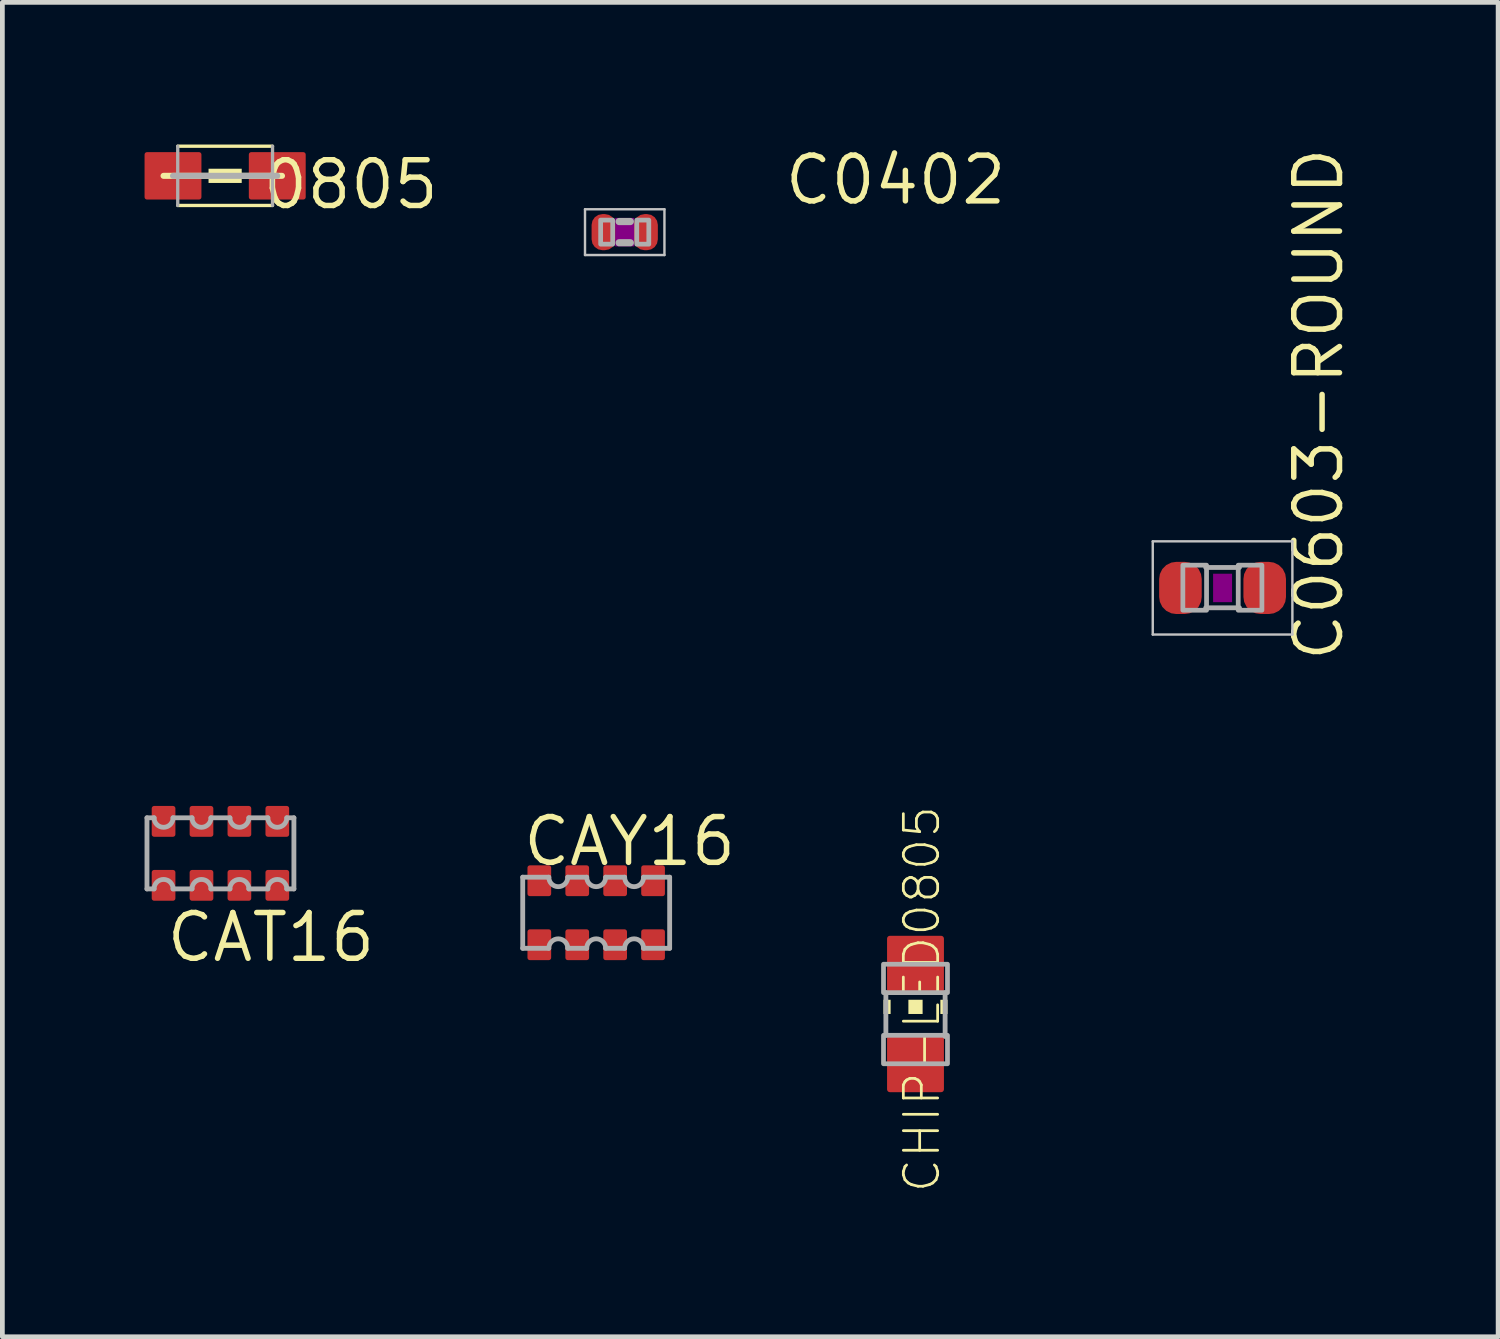
<source format=kicad_pcb>
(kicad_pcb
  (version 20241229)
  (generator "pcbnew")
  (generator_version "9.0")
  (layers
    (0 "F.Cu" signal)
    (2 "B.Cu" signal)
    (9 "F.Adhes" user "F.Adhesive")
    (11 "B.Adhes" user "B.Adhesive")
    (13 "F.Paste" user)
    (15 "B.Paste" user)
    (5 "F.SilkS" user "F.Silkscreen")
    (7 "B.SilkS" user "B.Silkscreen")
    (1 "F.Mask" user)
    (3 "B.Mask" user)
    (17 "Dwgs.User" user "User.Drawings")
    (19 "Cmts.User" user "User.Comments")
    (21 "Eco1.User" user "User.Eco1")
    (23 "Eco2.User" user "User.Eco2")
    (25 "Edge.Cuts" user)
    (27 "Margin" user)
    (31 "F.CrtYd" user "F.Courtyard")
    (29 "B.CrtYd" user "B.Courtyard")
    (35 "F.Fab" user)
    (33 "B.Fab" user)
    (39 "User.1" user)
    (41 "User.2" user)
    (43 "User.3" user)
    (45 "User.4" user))
  (footprint "CAT16"
    (layer "F.Cu")
    (at 1.601 14.955)
    (property "Reference" "CAT16" (at -1.194 2.337 0) (layer "F.SilkS") (effects (font (size 0.965 0.965) (thickness 0.116)) (justify left bottom)))
    (attr through_hole)
    (fp_line (start -1.55 -0.75) (end -1.4 -0.75) (stroke (width 0.102) (type solid)) (layer "F.Fab"))
    (fp_line (start -1.55 0.75) (end -1.55 -0.75) (stroke (width 0.102) (type solid)) (layer "F.Fab"))
    (fp_line (start -1.4 0.75) (end -1.55 0.75) (stroke (width 0.102) (type solid)) (layer "F.Fab"))
    (fp_line (start -1 -0.75) (end -0.6 -0.75) (stroke (width 0.102) (type solid)) (layer "F.Fab"))
    (fp_line (start -0.6 0.75) (end -1 0.75) (stroke (width 0.102) (type solid)) (layer "F.Fab"))
    (fp_line (start -0.2 -0.75) (end 0.2 -0.75) (stroke (width 0.102) (type solid)) (layer "F.Fab"))
    (fp_line (start 0.2 0.75) (end -0.2 0.75) (stroke (width 0.102) (type solid)) (layer "F.Fab"))
    (fp_line (start 0.6 -0.75) (end 1 -0.75) (stroke (width 0.102) (type solid)) (layer "F.Fab"))
    (fp_line (start 1 0.75) (end 0.6 0.75) (stroke (width 0.102) (type solid)) (layer "F.Fab"))
    (fp_line (start 1.4 -0.75) (end 1.55 -0.75) (stroke (width 0.102) (type solid)) (layer "F.Fab"))
    (fp_line (start 1.55 -0.75) (end 1.55 0.75) (stroke (width 0.102) (type solid)) (layer "F.Fab"))
    (fp_line (start 1.55 0.75) (end 1.4 0.75) (stroke (width 0.102) (type solid)) (layer "F.Fab"))
    (fp_arc (start -1.4 0.75) (mid -1.2 0.55) (end -1 0.75) (stroke (width 0.1016) (type solid)) (layer "F.Fab"))
    (fp_arc (start -1 -0.75) (mid -1.2 -0.55) (end -1.4 -0.75) (stroke (width 0.1016) (type solid)) (layer "F.Fab"))
    (fp_arc (start -0.6 0.75) (mid -0.4 0.55) (end -0.2 0.75) (stroke (width 0.1016) (type solid)) (layer "F.Fab"))
    (fp_arc (start -0.2 -0.75) (mid -0.4 -0.55) (end -0.6 -0.75) (stroke (width 0.1016) (type solid)) (layer "F.Fab"))
    (fp_arc (start 0.2 0.75) (mid 0.4 0.55) (end 0.6 0.75) (stroke (width 0.1016) (type solid)) (layer "F.Fab"))
    (fp_arc (start 0.6 -0.75) (mid 0.4 -0.55) (end 0.2 -0.75) (stroke (width 0.1016) (type solid)) (layer "F.Fab"))
    (fp_arc (start 1 0.75) (mid 1.2 0.55) (end 1.4 0.75) (stroke (width 0.1016) (type solid)) (layer "F.Fab"))
    (fp_arc (start 1.4 -0.75) (mid 1.2 -0.55) (end 1 -0.75) (stroke (width 0.1016) (type solid)) (layer "F.Fab"))
    (pad "1" smd roundrect (at -1.2 0.675) (size 0.5 0.65) (layers "F.Cu" "F.Mask" "F.Paste") (roundrect_rratio 0.102))
    (pad "2" smd roundrect (at -0.4 0.675) (size 0.5 0.65) (layers "F.Cu" "F.Mask" "F.Paste") (roundrect_rratio 0.102))
    (pad "3" smd roundrect (at 0.4 0.675) (size 0.5 0.65) (layers "F.Cu" "F.Mask" "F.Paste") (roundrect_rratio 0.102))
    (pad "4" smd roundrect (at 1.2 0.675) (size 0.5 0.65) (layers "F.Cu" "F.Mask" "F.Paste") (roundrect_rratio 0.102))
    (pad "5" smd roundrect (at 1.2 -0.675) (size 0.5 0.65) (layers "F.Cu" "F.Mask" "F.Paste") (roundrect_rratio 0.102))
    (pad "6" smd roundrect (at 0.4 -0.675) (size 0.5 0.65) (layers "F.Cu" "F.Mask" "F.Paste") (roundrect_rratio 0.102))
    (pad "7" smd roundrect (at -0.4 -0.675) (size 0.5 0.65) (layers "F.Cu" "F.Mask" "F.Paste") (roundrect_rratio 0.102))
    (pad "8" smd roundrect (at -1.2 -0.675) (size 0.5 0.65) (layers "F.Cu" "F.Mask" "F.Paste") (roundrect_rratio 0.102)))
  (footprint "C0603-ROUND"
    (layer "F.Cu")
    (at 22.745 9.355)
    (property "Reference" "C0603-ROUND" (at 2.591 1.6 90) (layer "F.SilkS") (effects (font (size 0.965 0.965) (thickness 0.116)) (justify left bottom)))
    (attr through_hole)
    (fp_poly (pts (xy -0.2 0.3) (xy 0.2 0.3) (xy 0.2 -0.3) (xy -0.2 -0.3)) (stroke (width 0) (type solid)) (fill yes) (layer "F.Adhes"))
    (fp_line (start -1.473 -0.983) (end 1.473 -0.983) (stroke (width 0.051) (type solid)) (layer "Dwgs.User"))
    (fp_line (start -1.473 0.983) (end -1.473 -0.983) (stroke (width 0.051) (type solid)) (layer "Dwgs.User"))
    (fp_line (start 1.473 -0.983) (end 1.473 0.983) (stroke (width 0.051) (type solid)) (layer "Dwgs.User"))
    (fp_line (start 1.473 0.983) (end -1.473 0.983) (stroke (width 0.051) (type solid)) (layer "Dwgs.User"))
    (fp_line (start -0.356 -0.432) (end 0.356 -0.432) (stroke (width 0.102) (type solid)) (layer "F.Fab"))
    (fp_line (start -0.356 0.419) (end 0.356 0.419) (stroke (width 0.102) (type solid)) (layer "F.Fab"))
    (fp_poly (pts (xy -0.838 0.47) (xy -0.338 0.47) (xy -0.338 -0.48) (xy -0.838 -0.48)) (stroke (width 0.1) (type solid)) (fill no) (layer "F.Fab"))
    (fp_poly (pts (xy 0.33 0.47) (xy 0.83 0.47) (xy 0.83 -0.48) (xy 0.33 -0.48)) (stroke (width 0.1) (type solid)) (fill no) (layer "F.Fab"))
    (pad "1" smd roundrect (at -0.889 0 90) (size 1.1 0.898) (layers "F.Cu" "F.Mask" "F.Paste") (roundrect_rratio 0.4))
    (pad "2" smd roundrect (at 0.889 0 90) (size 1.1 0.898) (layers "F.Cu" "F.Mask" "F.Paste") (roundrect_rratio 0.4)))
  (footprint "0805"
    (layer "F.Cu")
    (at 1.7 0.66)
    (property "Reference" "0805" (at 0.737 0.749 180) (layer "F.SilkS") (effects (font (size 0.965 0.965) (thickness 0.116)) (justify left bottom)))
    (attr through_hole)
    (fp_line (start -1.3 0) (end 1.2 0) (stroke (width 0.127) (type solid)) (layer "F.SilkS"))
    (fp_line (start -1 -0.625) (end 1 -0.625) (stroke (width 0.07) (type solid)) (layer "F.SilkS"))
    (fp_line (start 1 0.625) (end -1 0.625) (stroke (width 0.07) (type solid)) (layer "F.SilkS"))
    (fp_poly (pts (xy -0.35 0.15) (xy 0.35 0.15) (xy 0.35 -0.15) (xy -0.35 -0.15)) (stroke (width 0) (type solid)) (fill yes) (layer "F.SilkS"))
    (fp_line (start -1.1 0) (end 1.1 0) (stroke (width 0.127) (type solid)) (layer "F.Fab"))
    (fp_line (start -1 0.625) (end -1 -0.625) (stroke (width 0.07) (type solid)) (layer "F.Fab"))
    (fp_line (start 1 -0.625) (end 1 0.625) (stroke (width 0.07) (type solid)) (layer "F.Fab"))
    (pad "1" smd roundrect (at -1.1 0) (size 1.2 1) (layers "F.Cu" "F.Mask" "F.Paste") (roundrect_rratio 0.051))
    (pad "2" smd roundrect (at 1.1 0) (size 1.2 1) (layers "F.Cu" "F.Mask" "F.Paste") (roundrect_rratio 0.051)))
  (footprint "C0402"
    (layer "F.Cu")
    (at 10.131 1.848)
    (property "Reference" "C0402" (at 3.318 -0.536 180) (layer "F.SilkS") (effects (font (size 0.965 0.965) (thickness 0.116)) (justify left bottom)))
    (attr through_hole)
    (fp_poly (pts (xy -0.2 0.3) (xy 0.2 0.3) (xy 0.2 -0.3) (xy -0.2 -0.3)) (stroke (width 0) (type solid)) (fill yes) (layer "F.Adhes"))
    (fp_line (start -0.838 -0.483) (end 0.838 -0.483) (stroke (width 0.051) (type solid)) (layer "Dwgs.User"))
    (fp_line (start -0.838 0.483) (end -0.838 -0.483) (stroke (width 0.051) (type solid)) (layer "Dwgs.User"))
    (fp_line (start 0.838 -0.483) (end 0.838 0.483) (stroke (width 0.051) (type solid)) (layer "Dwgs.User"))
    (fp_line (start 0.838 0.483) (end -0.838 0.483) (stroke (width 0.051) (type solid)) (layer "Dwgs.User"))
    (fp_line (start -0.118 -0.224) (end 0.118 -0.224) (stroke (width 0.152) (type solid)) (layer "F.Fab"))
    (fp_line (start 0.118 0.224) (end -0.118 0.224) (stroke (width 0.152) (type solid)) (layer "F.Fab"))
    (fp_poly (pts (xy -0.508 0.254) (xy -0.254 0.254) (xy -0.254 -0.254) (xy -0.508 -0.254)) (stroke (width 0.1) (type solid)) (fill no) (layer "F.Fab"))
    (fp_poly (pts (xy 0.254 0.254) (xy 0.508 0.254) (xy 0.508 -0.254) (xy 0.254 -0.254)) (stroke (width 0.1) (type solid)) (fill no) (layer "F.Fab"))
    (pad "1" smd roundrect (at -0.445 0) (size 0.508 0.762) (layers "F.Cu" "F.Mask" "F.Paste") (roundrect_rratio 0.45))
    (pad "2" smd roundrect (at 0.445 0) (size 0.508 0.762) (layers "F.Cu" "F.Mask" "F.Paste") (roundrect_rratio 0.45)))
  (footprint "CAY16"
    (layer "F.Cu")
    (at 9.529 16.208)
    (property "Reference" "CAY16" (at -1.6 -0.94 180) (layer "F.SilkS") (effects (font (size 0.965 0.965) (thickness 0.116)) (justify left bottom)))
    (attr through_hole)
    (fp_line (start -1.55 -0.75) (end -1 -0.75) (stroke (width 0.102) (type solid)) (layer "F.Fab"))
    (fp_line (start -1.55 0.75) (end -1.55 -0.75) (stroke (width 0.102) (type solid)) (layer "F.Fab"))
    (fp_line (start -1 0.75) (end -1.55 0.75) (stroke (width 0.102) (type solid)) (layer "F.Fab"))
    (fp_line (start -0.6 -0.75) (end -0.2 -0.75) (stroke (width 0.102) (type solid)) (layer "F.Fab"))
    (fp_line (start -0.2 0.75) (end -0.6 0.75) (stroke (width 0.102) (type solid)) (layer "F.Fab"))
    (fp_line (start 0.2 -0.75) (end 0.6 -0.75) (stroke (width 0.102) (type solid)) (layer "F.Fab"))
    (fp_line (start 0.6 0.75) (end 0.2 0.75) (stroke (width 0.102) (type solid)) (layer "F.Fab"))
    (fp_line (start 1 -0.75) (end 1.55 -0.75) (stroke (width 0.102) (type solid)) (layer "F.Fab"))
    (fp_line (start 1.55 -0.75) (end 1.55 0.75) (stroke (width 0.102) (type solid)) (layer "F.Fab"))
    (fp_line (start 1.55 0.75) (end 1 0.75) (stroke (width 0.102) (type solid)) (layer "F.Fab"))
    (fp_arc (start -1 0.75) (mid -0.8 0.55) (end -0.6 0.75) (stroke (width 0.1016) (type solid)) (layer "F.Fab"))
    (fp_arc (start -0.6 -0.75) (mid -0.8 -0.55) (end -1 -0.75) (stroke (width 0.1016) (type solid)) (layer "F.Fab"))
    (fp_arc (start -0.2 0.75) (mid 0 0.55) (end 0.2 0.75) (stroke (width 0.1016) (type solid)) (layer "F.Fab"))
    (fp_arc (start 0.2 -0.75) (mid 0 -0.55) (end -0.2 -0.75) (stroke (width 0.1016) (type solid)) (layer "F.Fab"))
    (fp_arc (start 0.6 0.75) (mid 0.8 0.55) (end 1 0.75) (stroke (width 0.1016) (type solid)) (layer "F.Fab"))
    (fp_arc (start 1 -0.75) (mid 0.8 -0.55) (end 0.6 -0.75) (stroke (width 0.1016) (type solid)) (layer "F.Fab"))
    (pad "1" smd roundrect (at -1.2 0.675) (size 0.5 0.65) (layers "F.Cu" "F.Mask" "F.Paste") (roundrect_rratio 0.102))
    (pad "2" smd roundrect (at -0.4 0.675) (size 0.5 0.65) (layers "F.Cu" "F.Mask" "F.Paste") (roundrect_rratio 0.102))
    (pad "3" smd roundrect (at 0.4 0.675) (size 0.5 0.65) (layers "F.Cu" "F.Mask" "F.Paste") (roundrect_rratio 0.102))
    (pad "4" smd roundrect (at 1.2 0.675) (size 0.5 0.65) (layers "F.Cu" "F.Mask" "F.Paste") (roundrect_rratio 0.102))
    (pad "5" smd roundrect (at 1.2 -0.675) (size 0.5 0.65) (layers "F.Cu" "F.Mask" "F.Paste") (roundrect_rratio 0.102))
    (pad "6" smd roundrect (at 0.4 -0.675) (size 0.5 0.65) (layers "F.Cu" "F.Mask" "F.Paste") (roundrect_rratio 0.102))
    (pad "7" smd roundrect (at -0.4 -0.675) (size 0.5 0.65) (layers "F.Cu" "F.Mask" "F.Paste") (roundrect_rratio 0.102))
    (pad "8" smd roundrect (at -1.2 -0.675) (size 0.5 0.65) (layers "F.Cu" "F.Mask" "F.Paste") (roundrect_rratio 0.102)))
  (footprint "CHIP-LED0805"
    (layer "F.Cu")
    (at 16.266 18.344)
    (property "Reference" "CHIP-LED0805" (at 0.559 3.81 90) (layer "F.SilkS") (effects (font (size 0.724 0.724) (thickness 0.058)) (justify left bottom)))
    (attr through_hole)
    (fp_poly (pts (xy -0.675 0) (xy -0.525 0) (xy -0.525 -0.3) (xy -0.675 -0.3)) (stroke (width 0) (type solid)) (fill yes) (layer "F.SilkS"))
    (fp_poly (pts (xy -0.15 0) (xy 0.15 0) (xy 0.15 -0.3) (xy -0.15 -0.3)) (stroke (width 0) (type solid)) (fill yes) (layer "F.SilkS"))
    (fp_poly (pts (xy 0.525 0) (xy 0.675 0) (xy 0.675 -0.3) (xy 0.525 -0.3)) (stroke (width 0) (type solid)) (fill yes) (layer "F.SilkS"))
    (fp_line (start -0.625 -0.45) (end -0.625 0.45) (stroke (width 0.102) (type solid)) (layer "F.Fab"))
    (fp_line (start 0.625 -0.45) (end 0.625 0.475) (stroke (width 0.102) (type solid)) (layer "F.Fab"))
    (fp_poly (pts (xy -0.675 -0.45) (xy 0.675 -0.45) (xy 0.675 -1.05) (xy -0.675 -1.05)) (stroke (width 0.1) (type solid)) (fill no) (layer "F.Fab"))
    (fp_poly (pts (xy -0.675 1.05) (xy 0.675 1.05) (xy 0.675 0.45) (xy -0.675 0.45)) (stroke (width 0.1) (type solid)) (fill no) (layer "F.Fab"))
    (pad "A" smd roundrect (at 0 1.05) (size 1.2 1.2) (layers "F.Cu" "F.Mask" "F.Paste") (roundrect_rratio 0.05))
    (pad "C" smd roundrect (at 0 -1.05) (size 1.2 1.2) (layers "F.Cu" "F.Mask" "F.Paste") (roundrect_rratio 0.05)))
  (gr_rect
    (start -3 -3)
    (end 28.559 25.154)
    (stroke (width 0.1) (type default))
    (fill no)
    (layer "Edge.Cuts")))
</source>
